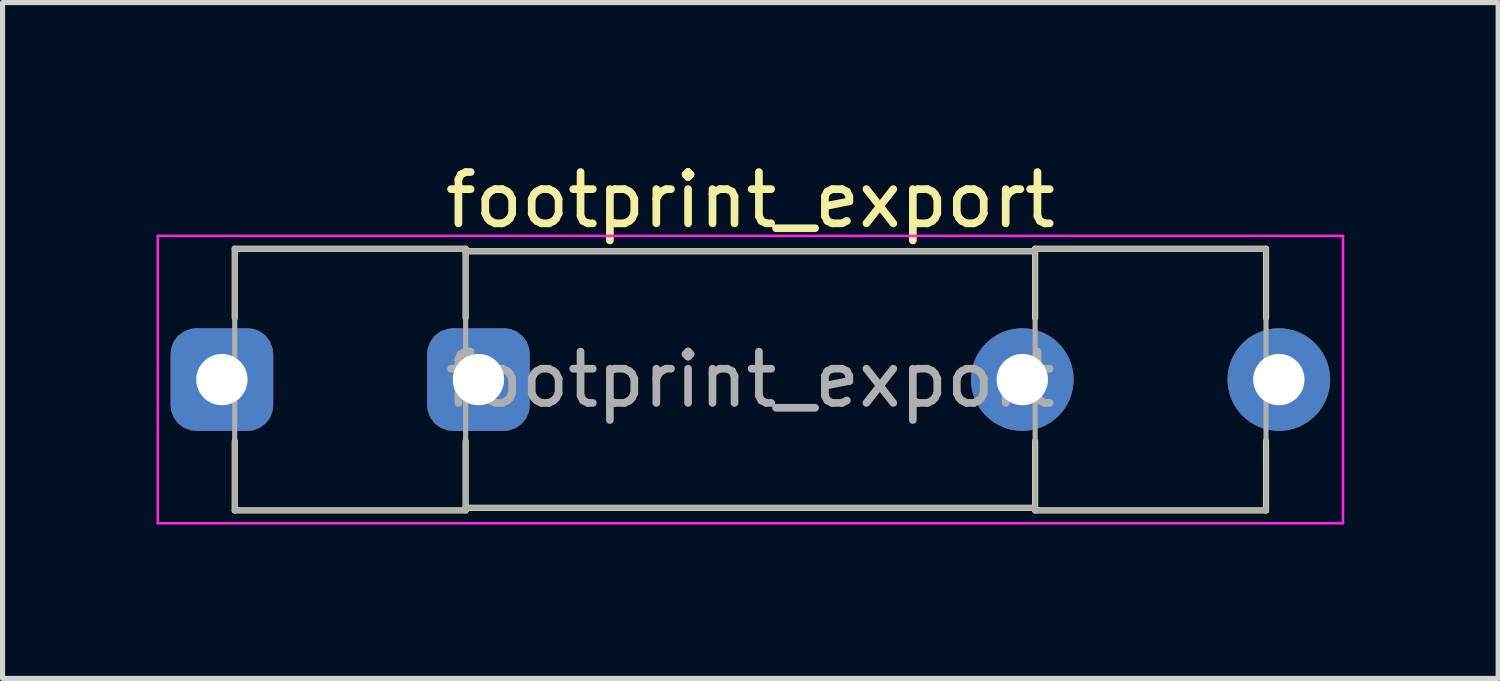
<source format=kicad_pcb>
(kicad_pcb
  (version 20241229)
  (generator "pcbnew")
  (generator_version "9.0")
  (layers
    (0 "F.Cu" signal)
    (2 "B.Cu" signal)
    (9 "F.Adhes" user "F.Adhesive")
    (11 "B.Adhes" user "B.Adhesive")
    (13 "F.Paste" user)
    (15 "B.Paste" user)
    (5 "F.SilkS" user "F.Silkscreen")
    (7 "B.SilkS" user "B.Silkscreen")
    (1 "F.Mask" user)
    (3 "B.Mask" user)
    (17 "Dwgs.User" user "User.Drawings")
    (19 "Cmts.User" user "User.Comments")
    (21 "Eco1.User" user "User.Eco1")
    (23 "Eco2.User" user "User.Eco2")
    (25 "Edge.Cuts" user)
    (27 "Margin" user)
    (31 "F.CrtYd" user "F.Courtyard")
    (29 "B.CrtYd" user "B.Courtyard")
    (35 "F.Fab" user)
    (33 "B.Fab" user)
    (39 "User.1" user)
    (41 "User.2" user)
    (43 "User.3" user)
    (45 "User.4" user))
  (footprint "footprint_export"
    (layer "F.Cu")
    (at 1.275 4.348)
    (property "Reference" "footprint_export" (at 10.3 -3.5 0) (layer "F.SilkS") (effects (font (size 1 1) (thickness 0.15))))
    (attr through_hole)
    (fp_line (start 0.25 -2.55) (end 0.25 -1.2) (stroke (width 0.12) (type solid)) (layer "F.SilkS"))
    (fp_line (start 0.25 2.55) (end 0.25 1.2) (stroke (width 0.12) (type solid)) (layer "F.SilkS"))
    (fp_line (start 4.75 -2.55) (end 0.25 -2.55) (stroke (width 0.12) (type solid)) (layer "F.SilkS"))
    (fp_line (start 4.75 -2.55) (end 4.75 -1.2) (stroke (width 0.12) (type solid)) (layer "F.SilkS"))
    (fp_line (start 4.75 2.55) (end 0.25 2.55) (stroke (width 0.12) (type solid)) (layer "F.SilkS"))
    (fp_line (start 4.75 2.55) (end 4.75 1.2) (stroke (width 0.12) (type solid)) (layer "F.SilkS"))
    (fp_line (start 15.85 -2.55) (end 15.85 -1.2) (stroke (width 0.12) (type solid)) (layer "F.SilkS"))
    (fp_line (start 15.85 -2.5) (end 4.75 -2.5) (stroke (width 0.12) (type solid)) (layer "F.SilkS"))
    (fp_line (start 15.85 2.5) (end 4.75 2.5) (stroke (width 0.12) (type solid)) (layer "F.SilkS"))
    (fp_line (start 15.85 2.55) (end 15.85 1.2) (stroke (width 0.12) (type solid)) (layer "F.SilkS"))
    (fp_line (start 15.85 2.55) (end 20.35 2.55) (stroke (width 0.12) (type solid)) (layer "F.SilkS"))
    (fp_line (start 20.35 -2.55) (end 15.85 -2.55) (stroke (width 0.12) (type solid)) (layer "F.SilkS"))
    (fp_line (start 20.35 -1.2) (end 20.35 -2.55) (stroke (width 0.12) (type solid)) (layer "F.SilkS"))
    (fp_line (start 20.35 1.2) (end 20.35 2.55) (stroke (width 0.12) (type solid)) (layer "F.SilkS"))
    (fp_line (start -1.25 -2.8) (end -1.25 2.8) (stroke (width 0.05) (type solid)) (layer "F.CrtYd"))
    (fp_line (start -1.25 -2.8) (end 21.85 -2.8) (stroke (width 0.05) (type solid)) (layer "F.CrtYd"))
    (fp_line (start 21.85 2.8) (end -1.25 2.8) (stroke (width 0.05) (type solid)) (layer "F.CrtYd"))
    (fp_line (start 21.85 2.8) (end 21.85 -2.8) (stroke (width 0.05) (type solid)) (layer "F.CrtYd"))
    (fp_line (start 0.25 -2.55) (end 4.75 -2.55) (stroke (width 0.1) (type solid)) (layer "F.Fab"))
    (fp_line (start 0.25 2.55) (end 0.25 -2.55) (stroke (width 0.1) (type solid)) (layer "F.Fab"))
    (fp_line (start 4.75 -2.55) (end 4.75 2.55) (stroke (width 0.1) (type solid)) (layer "F.Fab"))
    (fp_line (start 4.75 -2.5) (end 15.85 -2.5) (stroke (width 0.1) (type solid)) (layer "F.Fab"))
    (fp_line (start 4.75 2.55) (end 0.25 2.55) (stroke (width 0.1) (type solid)) (layer "F.Fab"))
    (fp_line (start 15.85 -2.55) (end 15.85 2.55) (stroke (width 0.1) (type solid)) (layer "F.Fab"))
    (fp_line (start 15.85 2.5) (end 4.75 2.5) (stroke (width 0.1) (type solid)) (layer "F.Fab"))
    (fp_line (start 15.85 2.55) (end 20.35 2.55) (stroke (width 0.1) (type solid)) (layer "F.Fab"))
    (fp_line (start 20.35 -2.55) (end 15.85 -2.55) (stroke (width 0.1) (type solid)) (layer "F.Fab"))
    (fp_line (start 20.35 2.55) (end 20.35 -2.55) (stroke (width 0.1) (type solid)) (layer "F.Fab"))
    (fp_text user "${REFERENCE}" (at 10.3 0 0) (layer "F.Fab") (effects (font (size 1 1) (thickness 0.15))))
    (pad "1" thru_hole roundrect (at 0 0) (size 2 2) (drill 1) (layers "*.Cu" "*.Mask") (roundrect_rratio 0.25))
    (pad "1" thru_hole roundrect (at 5 0) (size 2 2) (drill 1) (layers "*.Cu" "*.Mask") (roundrect_rratio 0.25))
    (pad "2" thru_hole circle (at 15.6 0) (size 2 2) (drill 1) (layers "*.Cu" "*.Mask"))
    (pad "2" thru_hole circle (at 20.6 0) (size 2 2) (drill 1) (layers "*.Cu" "*.Mask")))
  (gr_rect
    (start -3 -3)
    (end 26.15 10.173)
    (stroke (width 0.1) (type default))
    (fill no)
    (layer "Edge.Cuts")))
</source>
